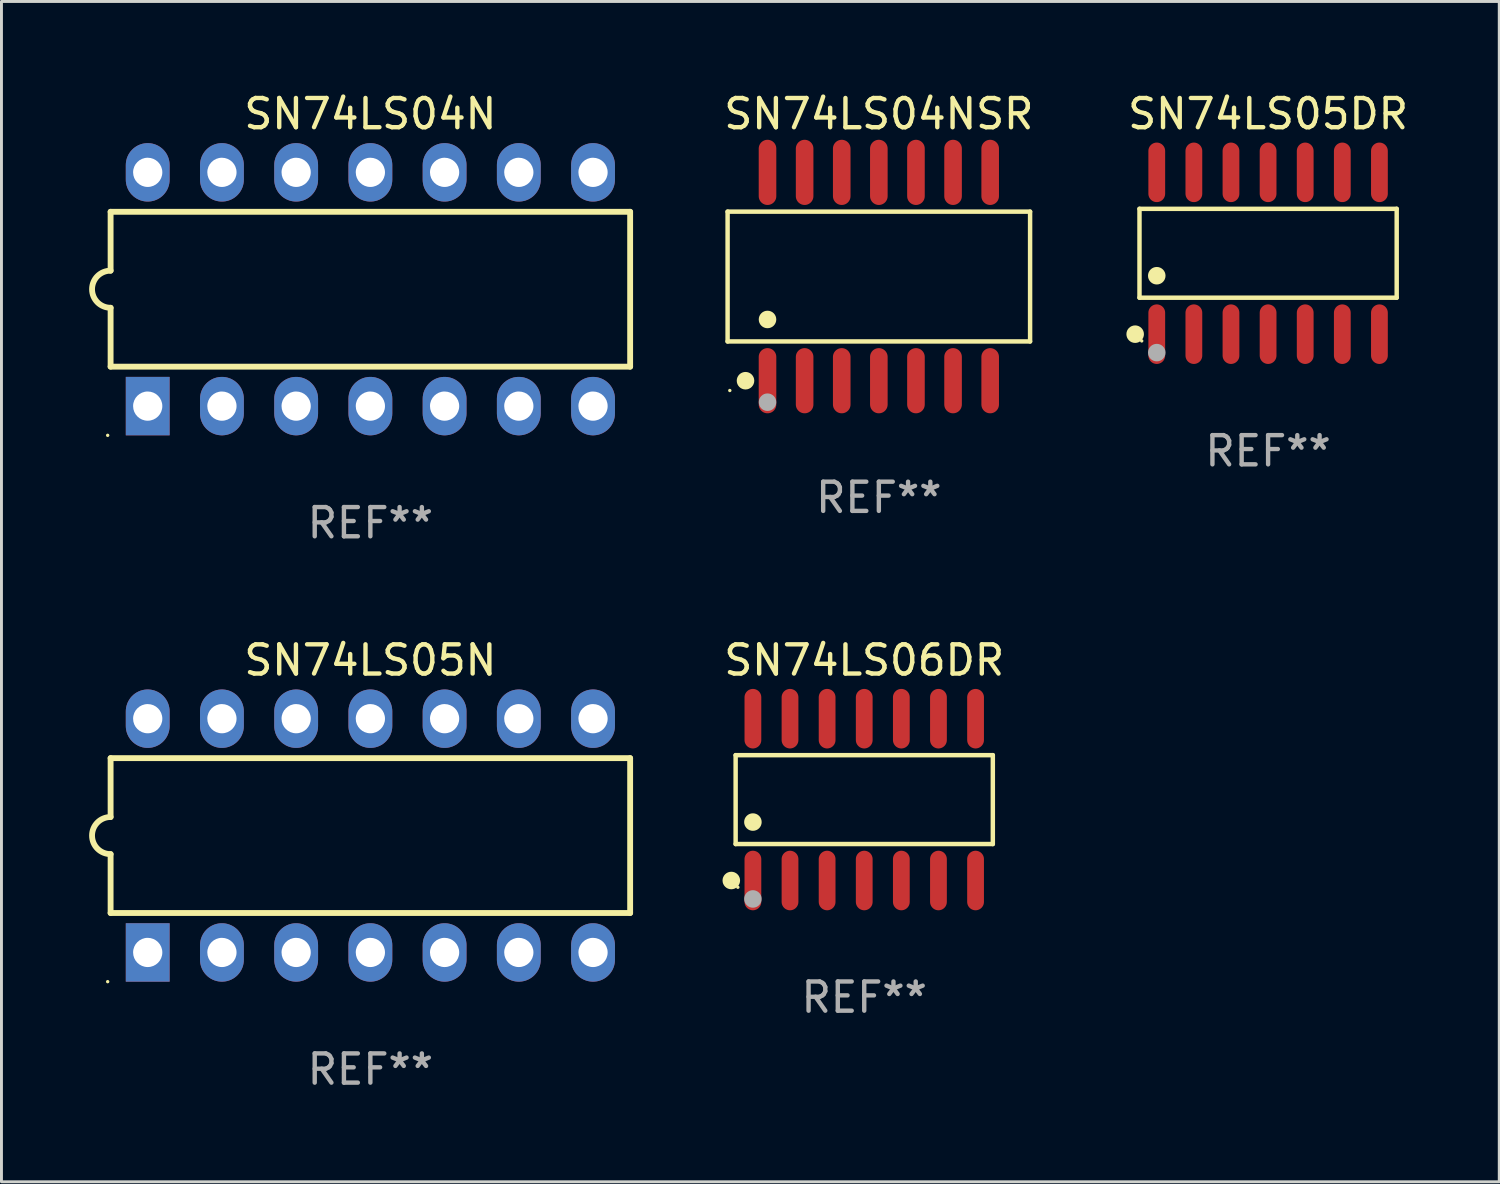
<source format=kicad_pcb>
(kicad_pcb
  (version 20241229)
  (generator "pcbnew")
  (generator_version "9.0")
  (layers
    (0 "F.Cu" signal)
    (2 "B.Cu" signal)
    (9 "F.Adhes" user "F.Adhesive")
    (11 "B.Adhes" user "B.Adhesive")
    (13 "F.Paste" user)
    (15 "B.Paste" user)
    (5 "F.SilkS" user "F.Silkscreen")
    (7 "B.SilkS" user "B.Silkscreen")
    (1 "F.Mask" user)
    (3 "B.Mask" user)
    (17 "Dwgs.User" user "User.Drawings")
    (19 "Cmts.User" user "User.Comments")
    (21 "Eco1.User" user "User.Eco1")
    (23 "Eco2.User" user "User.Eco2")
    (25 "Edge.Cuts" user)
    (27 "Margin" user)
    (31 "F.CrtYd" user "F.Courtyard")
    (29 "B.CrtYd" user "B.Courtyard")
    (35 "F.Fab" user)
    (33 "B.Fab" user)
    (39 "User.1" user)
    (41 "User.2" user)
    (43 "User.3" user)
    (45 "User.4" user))
  (footprint "SN74LS04NSR"
    (layer "F.Cu")
    (at 27.026 6.414)
    (property "Reference" "SN74LS04NSR" (at 0 -5.565 0) (layer "F.SilkS") (effects (font (size 1 1) (thickness 0.15))))
    (attr through_hole)
    (fp_line (start -5.176 -2.221) (end 5.176 -2.221) (stroke (width 0.152) (type solid)) (layer "F.SilkS"))
    (fp_line (start -5.176 2.221) (end -5.176 -2.221) (stroke (width 0.152) (type solid)) (layer "F.SilkS"))
    (fp_line (start 5.176 -2.221) (end 5.176 2.221) (stroke (width 0.152) (type solid)) (layer "F.SilkS"))
    (fp_line (start 5.176 2.221) (end -5.176 2.221) (stroke (width 0.152) (type solid)) (layer "F.SilkS"))
    (fp_circle (center -5.1 3.9) (end -5.07 3.9) (stroke (width 0.06) (type solid)) (fill no) (layer "F.SilkS"))
    (fp_circle (center -4.563 3.565) (end -4.413 3.565) (stroke (width 0.3) (type solid)) (fill no) (layer "F.SilkS"))
    (fp_circle (center -3.81 1.469) (end -3.66 1.469) (stroke (width 0.3) (type solid)) (fill no) (layer "F.SilkS"))
    (fp_circle (center -3.81 4.3) (end -3.66 4.3) (stroke (width 0.3) (type solid)) (fill no) (layer "F.Fab"))
    (fp_text user "REF**" (at 0 7.565 0) (layer "F.Fab") (effects (font (size 1 1) (thickness 0.15))))
    (pad "1" smd oval (at -3.81 3.565) (size 0.602 2.231) (layers "F.Cu" "F.Mask" "F.Paste"))
    (pad "2" smd oval (at -2.54 3.565) (size 0.602 2.231) (layers "F.Cu" "F.Mask" "F.Paste"))
    (pad "3" smd oval (at -1.27 3.565) (size 0.602 2.231) (layers "F.Cu" "F.Mask" "F.Paste"))
    (pad "4" smd oval (at 0 3.565) (size 0.602 2.231) (layers "F.Cu" "F.Mask" "F.Paste"))
    (pad "5" smd oval (at 1.27 3.565) (size 0.602 2.231) (layers "F.Cu" "F.Mask" "F.Paste"))
    (pad "6" smd oval (at 2.54 3.565) (size 0.602 2.231) (layers "F.Cu" "F.Mask" "F.Paste"))
    (pad "7" smd oval (at 3.81 3.565) (size 0.602 2.231) (layers "F.Cu" "F.Mask" "F.Paste"))
    (pad "8" smd oval (at 3.81 -3.565) (size 0.602 2.231) (layers "F.Cu" "F.Mask" "F.Paste"))
    (pad "9" smd oval (at 2.54 -3.565) (size 0.602 2.231) (layers "F.Cu" "F.Mask" "F.Paste"))
    (pad "10" smd oval (at 1.27 -3.565) (size 0.602 2.231) (layers "F.Cu" "F.Mask" "F.Paste"))
    (pad "11" smd oval (at 0 -3.565) (size 0.602 2.231) (layers "F.Cu" "F.Mask" "F.Paste"))
    (pad "12" smd oval (at -1.27 -3.565) (size 0.602 2.231) (layers "F.Cu" "F.Mask" "F.Paste"))
    (pad "13" smd oval (at -2.54 -3.565) (size 0.602 2.231) (layers "F.Cu" "F.Mask" "F.Paste"))
    (pad "14" smd oval (at -3.81 -3.565) (size 0.602 2.231) (layers "F.Cu" "F.Mask" "F.Paste")))
  (footprint "SN74LS06DR"
    (layer "F.Cu")
    (at 26.526 24.314)
    (property "Reference" "SN74LS06DR" (at 0 -4.769 0) (layer "F.SilkS") (effects (font (size 1 1) (thickness 0.15))))
    (attr through_hole)
    (fp_line (start -4.401 -1.521) (end 4.401 -1.521) (stroke (width 0.152) (type solid)) (layer "F.SilkS"))
    (fp_line (start -4.401 1.521) (end -4.401 -1.521) (stroke (width 0.152) (type solid)) (layer "F.SilkS"))
    (fp_line (start 4.401 -1.521) (end 4.401 1.521) (stroke (width 0.152) (type solid)) (layer "F.SilkS"))
    (fp_line (start 4.401 1.521) (end -4.401 1.521) (stroke (width 0.152) (type solid)) (layer "F.SilkS"))
    (fp_circle (center -4.549 2.769) (end -4.399 2.769) (stroke (width 0.3) (type solid)) (fill no) (layer "F.SilkS"))
    (fp_circle (center -4.325 3) (end -4.295 3) (stroke (width 0.06) (type solid)) (fill no) (layer "F.SilkS"))
    (fp_circle (center -3.81 0.769) (end -3.66 0.769) (stroke (width 0.3) (type solid)) (fill no) (layer "F.SilkS"))
    (fp_circle (center -3.81 3.4) (end -3.66 3.4) (stroke (width 0.3) (type solid)) (fill no) (layer "F.Fab"))
    (fp_text user "REF**" (at 0 6.769 0) (layer "F.Fab") (effects (font (size 1 1) (thickness 0.15))))
    (pad "1" smd oval (at -3.81 2.769) (size 0.574 2.038) (layers "F.Cu" "F.Mask" "F.Paste"))
    (pad "2" smd oval (at -2.54 2.769) (size 0.574 2.038) (layers "F.Cu" "F.Mask" "F.Paste"))
    (pad "3" smd oval (at -1.27 2.769) (size 0.574 2.038) (layers "F.Cu" "F.Mask" "F.Paste"))
    (pad "4" smd oval (at 0 2.769) (size 0.574 2.038) (layers "F.Cu" "F.Mask" "F.Paste"))
    (pad "5" smd oval (at 1.27 2.769) (size 0.574 2.038) (layers "F.Cu" "F.Mask" "F.Paste"))
    (pad "6" smd oval (at 2.54 2.769) (size 0.574 2.038) (layers "F.Cu" "F.Mask" "F.Paste"))
    (pad "7" smd oval (at 3.81 2.769) (size 0.574 2.038) (layers "F.Cu" "F.Mask" "F.Paste"))
    (pad "8" smd oval (at 3.81 -2.769) (size 0.574 2.038) (layers "F.Cu" "F.Mask" "F.Paste"))
    (pad "9" smd oval (at 2.54 -2.769) (size 0.574 2.038) (layers "F.Cu" "F.Mask" "F.Paste"))
    (pad "10" smd oval (at 1.27 -2.769) (size 0.574 2.038) (layers "F.Cu" "F.Mask" "F.Paste"))
    (pad "11" smd oval (at 0 -2.769) (size 0.574 2.038) (layers "F.Cu" "F.Mask" "F.Paste"))
    (pad "12" smd oval (at -1.27 -2.769) (size 0.574 2.038) (layers "F.Cu" "F.Mask" "F.Paste"))
    (pad "13" smd oval (at -2.54 -2.769) (size 0.574 2.038) (layers "F.Cu" "F.Mask" "F.Paste"))
    (pad "14" smd oval (at -3.81 -2.769) (size 0.574 2.038) (layers "F.Cu" "F.Mask" "F.Paste")))
  (footprint "SN74LS05DR"
    (layer "F.Cu")
    (at 40.347 5.617)
    (property "Reference" "SN74LS05DR" (at 0 -4.769 0) (layer "F.SilkS") (effects (font (size 1 1) (thickness 0.15))))
    (attr through_hole)
    (fp_line (start -4.401 -1.521) (end 4.401 -1.521) (stroke (width 0.152) (type solid)) (layer "F.SilkS"))
    (fp_line (start -4.401 1.521) (end -4.401 -1.521) (stroke (width 0.152) (type solid)) (layer "F.SilkS"))
    (fp_line (start 4.401 -1.521) (end 4.401 1.521) (stroke (width 0.152) (type solid)) (layer "F.SilkS"))
    (fp_line (start 4.401 1.521) (end -4.401 1.521) (stroke (width 0.152) (type solid)) (layer "F.SilkS"))
    (fp_circle (center -4.549 2.769) (end -4.399 2.769) (stroke (width 0.3) (type solid)) (fill no) (layer "F.SilkS"))
    (fp_circle (center -4.325 3) (end -4.295 3) (stroke (width 0.06) (type solid)) (fill no) (layer "F.SilkS"))
    (fp_circle (center -3.81 0.769) (end -3.66 0.769) (stroke (width 0.3) (type solid)) (fill no) (layer "F.SilkS"))
    (fp_circle (center -3.81 3.4) (end -3.66 3.4) (stroke (width 0.3) (type solid)) (fill no) (layer "F.Fab"))
    (fp_text user "REF**" (at 0 6.769 0) (layer "F.Fab") (effects (font (size 1 1) (thickness 0.15))))
    (pad "1" smd oval (at -3.81 2.769) (size 0.574 2.038) (layers "F.Cu" "F.Mask" "F.Paste"))
    (pad "2" smd oval (at -2.54 2.769) (size 0.574 2.038) (layers "F.Cu" "F.Mask" "F.Paste"))
    (pad "3" smd oval (at -1.27 2.769) (size 0.574 2.038) (layers "F.Cu" "F.Mask" "F.Paste"))
    (pad "4" smd oval (at 0 2.769) (size 0.574 2.038) (layers "F.Cu" "F.Mask" "F.Paste"))
    (pad "5" smd oval (at 1.27 2.769) (size 0.574 2.038) (layers "F.Cu" "F.Mask" "F.Paste"))
    (pad "6" smd oval (at 2.54 2.769) (size 0.574 2.038) (layers "F.Cu" "F.Mask" "F.Paste"))
    (pad "7" smd oval (at 3.81 2.769) (size 0.574 2.038) (layers "F.Cu" "F.Mask" "F.Paste"))
    (pad "8" smd oval (at 3.81 -2.769) (size 0.574 2.038) (layers "F.Cu" "F.Mask" "F.Paste"))
    (pad "9" smd oval (at 2.54 -2.769) (size 0.574 2.038) (layers "F.Cu" "F.Mask" "F.Paste"))
    (pad "10" smd oval (at 1.27 -2.769) (size 0.574 2.038) (layers "F.Cu" "F.Mask" "F.Paste"))
    (pad "11" smd oval (at 0 -2.769) (size 0.574 2.038) (layers "F.Cu" "F.Mask" "F.Paste"))
    (pad "12" smd oval (at -1.27 -2.769) (size 0.574 2.038) (layers "F.Cu" "F.Mask" "F.Paste"))
    (pad "13" smd oval (at -2.54 -2.769) (size 0.574 2.038) (layers "F.Cu" "F.Mask" "F.Paste"))
    (pad "14" smd oval (at -3.81 -2.769) (size 0.574 2.038) (layers "F.Cu" "F.Mask" "F.Paste")))
  (footprint "SN74LS05N"
    (layer "F.Cu")
    (at 9.625 25.545)
    (property "Reference" "SN74LS05N" (at 0 -6 0) (layer "F.SilkS") (effects (font (size 1 1) (thickness 0.15))))
    (attr through_hole)
    (fp_line (start -8.89 -2.65) (end -8.89 -0.635) (stroke (width 0.2) (type solid)) (layer "F.SilkS"))
    (fp_line (start -8.89 0.635) (end -8.89 2.65) (stroke (width 0.2) (type solid)) (layer "F.SilkS"))
    (fp_line (start -8.89 2.65) (end 8.89 2.65) (stroke (width 0.2) (type solid)) (layer "F.SilkS"))
    (fp_line (start 8.89 -2.65) (end -8.89 -2.65) (stroke (width 0.2) (type solid)) (layer "F.SilkS"))
    (fp_line (start 8.89 2.65) (end 8.89 -2.65) (stroke (width 0.2) (type solid)) (layer "F.SilkS"))
    (fp_arc (start -8.890018 0.635001) (mid -9.525019 0) (end -8.890018 -0.635001) (stroke (width 0.2) (type solid)) (layer "F.SilkS"))
    (fp_circle (center -8.99 5) (end -8.96 5) (stroke (width 0.06) (type solid)) (fill no) (layer "F.SilkS"))
    (fp_text user "REF**" (at 0 8 0) (layer "F.Fab") (effects (font (size 1 1) (thickness 0.15))))
    (pad "1" thru_hole rect (at -7.62 4 90) (size 2 1.5) (drill 1) (layers "*.Cu" "*.Mask"))
    (pad "2" thru_hole oval (at -5.08 4 90) (size 2 1.5) (drill 1) (layers "*.Cu" "*.Mask"))
    (pad "3" thru_hole oval (at -2.54 4 90) (size 2 1.5) (drill 1) (layers "*.Cu" "*.Mask"))
    (pad "4" thru_hole oval (at 0 4 90) (size 2 1.5) (drill 1) (layers "*.Cu" "*.Mask"))
    (pad "5" thru_hole oval (at 2.54 4 90) (size 2 1.5) (drill 1) (layers "*.Cu" "*.Mask"))
    (pad "6" thru_hole oval (at 5.08 4 90) (size 2 1.5) (drill 1) (layers "*.Cu" "*.Mask"))
    (pad "7" thru_hole oval (at 7.62 4 90) (size 2 1.5) (drill 1) (layers "*.Cu" "*.Mask"))
    (pad "8" thru_hole oval (at 7.62 -4 90) (size 2 1.5) (drill 1) (layers "*.Cu" "*.Mask"))
    (pad "9" thru_hole oval (at 5.08 -4 90) (size 2 1.5) (drill 1) (layers "*.Cu" "*.Mask"))
    (pad "10" thru_hole oval (at 2.54 -4 90) (size 2 1.5) (drill 1) (layers "*.Cu" "*.Mask"))
    (pad "11" thru_hole oval (at 0 -4 90) (size 2 1.5) (drill 1) (layers "*.Cu" "*.Mask"))
    (pad "12" thru_hole oval (at -2.54 -4 90) (size 2 1.5) (drill 1) (layers "*.Cu" "*.Mask"))
    (pad "13" thru_hole oval (at -5.08 -4 90) (size 2 1.5) (drill 1) (layers "*.Cu" "*.Mask"))
    (pad "14" thru_hole oval (at -7.62 -4 90) (size 2 1.5) (drill 1) (layers "*.Cu" "*.Mask")))
  (footprint "SN74LS04N"
    (layer "F.Cu")
    (at 9.625 6.848)
    (property "Reference" "SN74LS04N" (at 0 -6 0) (layer "F.SilkS") (effects (font (size 1 1) (thickness 0.15))))
    (attr through_hole)
    (fp_line (start -8.89 -2.65) (end -8.89 -0.635) (stroke (width 0.2) (type solid)) (layer "F.SilkS"))
    (fp_line (start -8.89 0.635) (end -8.89 2.65) (stroke (width 0.2) (type solid)) (layer "F.SilkS"))
    (fp_line (start -8.89 2.65) (end 8.89 2.65) (stroke (width 0.2) (type solid)) (layer "F.SilkS"))
    (fp_line (start 8.89 -2.65) (end -8.89 -2.65) (stroke (width 0.2) (type solid)) (layer "F.SilkS"))
    (fp_line (start 8.89 2.65) (end 8.89 -2.65) (stroke (width 0.2) (type solid)) (layer "F.SilkS"))
    (fp_arc (start -8.890018 0.635001) (mid -9.525019 0) (end -8.890018 -0.635001) (stroke (width 0.2) (type solid)) (layer "F.SilkS"))
    (fp_circle (center -8.99 5) (end -8.96 5) (stroke (width 0.06) (type solid)) (fill no) (layer "F.SilkS"))
    (fp_text user "REF**" (at 0 8 0) (layer "F.Fab") (effects (font (size 1 1) (thickness 0.15))))
    (pad "1" thru_hole rect (at -7.62 4 90) (size 2 1.5) (drill 1) (layers "*.Cu" "*.Mask"))
    (pad "2" thru_hole oval (at -5.08 4 90) (size 2 1.5) (drill 1) (layers "*.Cu" "*.Mask"))
    (pad "3" thru_hole oval (at -2.54 4 90) (size 2 1.5) (drill 1) (layers "*.Cu" "*.Mask"))
    (pad "4" thru_hole oval (at 0 4 90) (size 2 1.5) (drill 1) (layers "*.Cu" "*.Mask"))
    (pad "5" thru_hole oval (at 2.54 4 90) (size 2 1.5) (drill 1) (layers "*.Cu" "*.Mask"))
    (pad "6" thru_hole oval (at 5.08 4 90) (size 2 1.5) (drill 1) (layers "*.Cu" "*.Mask"))
    (pad "7" thru_hole oval (at 7.62 4 90) (size 2 1.5) (drill 1) (layers "*.Cu" "*.Mask"))
    (pad "8" thru_hole oval (at 7.62 -4 90) (size 2 1.5) (drill 1) (layers "*.Cu" "*.Mask"))
    (pad "9" thru_hole oval (at 5.08 -4 90) (size 2 1.5) (drill 1) (layers "*.Cu" "*.Mask"))
    (pad "10" thru_hole oval (at 2.54 -4 90) (size 2 1.5) (drill 1) (layers "*.Cu" "*.Mask"))
    (pad "11" thru_hole oval (at 0 -4 90) (size 2 1.5) (drill 1) (layers "*.Cu" "*.Mask"))
    (pad "12" thru_hole oval (at -2.54 -4 90) (size 2 1.5) (drill 1) (layers "*.Cu" "*.Mask"))
    (pad "13" thru_hole oval (at -5.08 -4 90) (size 2 1.5) (drill 1) (layers "*.Cu" "*.Mask"))
    (pad "14" thru_hole oval (at -7.62 -4 90) (size 2 1.5) (drill 1) (layers "*.Cu" "*.Mask")))
  (gr_rect
    (start -3 -3)
    (end 48.258 37.393)
    (stroke (width 0.1) (type default))
    (fill no)
    (layer "Edge.Cuts")))
</source>
